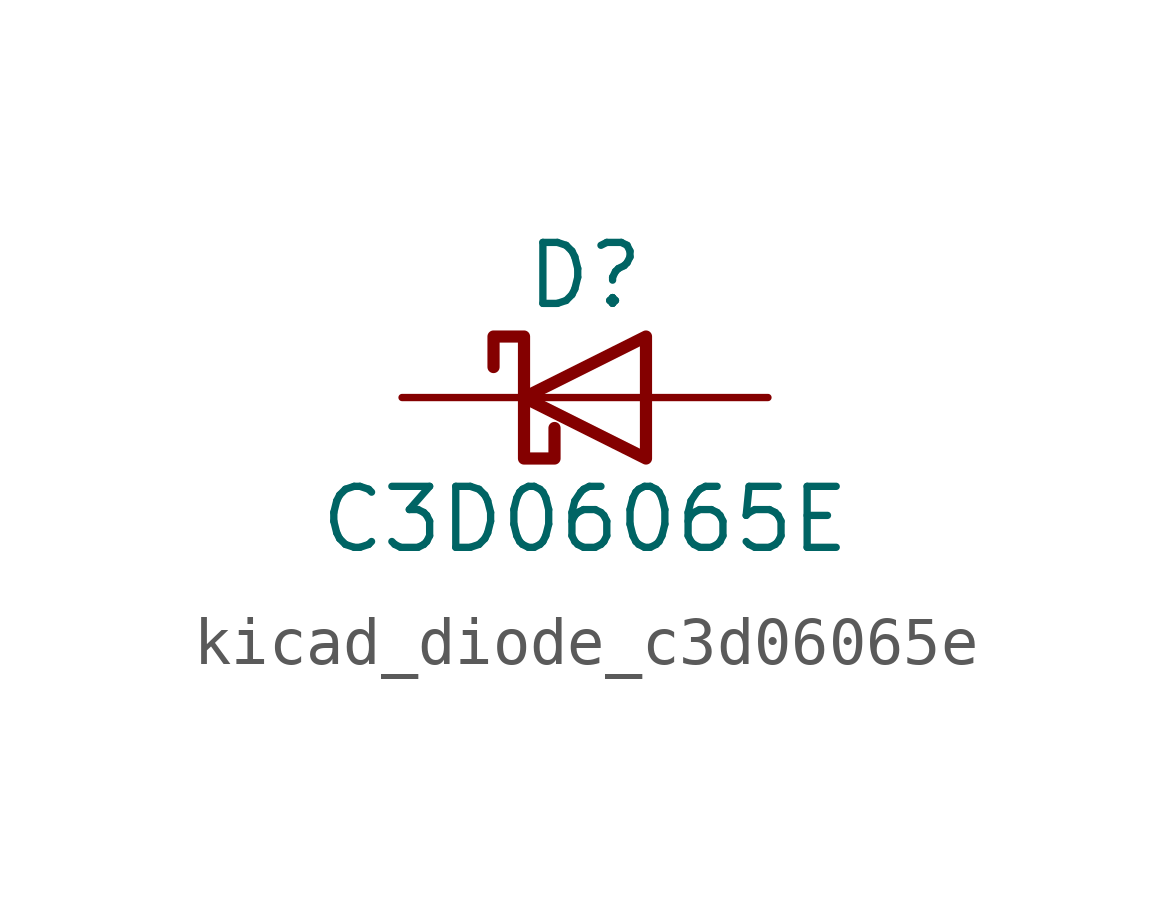
<source format=kicad_sym>
(kicad_symbol_lib
  (version 20220914)
  (generator kicad_symbol_editor)
  (symbol "kicad_diode_c3d06065e"
    (pin_numbers hide)
    (pin_names
      (offset 1.016) hide)
    (property "Reference" "D"
      (at 0 2.54 0)
      (effects (font (size 1.27 1.27))))
    (property "Value" "C3D06065E"
      (at 0 -2.54 0)
      (effects (font (size 1.27 1.27))))
    (symbol "kicad_diode_c3d06065e_0_1"
      (polyline (pts (xy 1.27 0) (xy -1.27 0)) (stroke (width 0) (type default)) (fill (type none)))
      (polyline (pts (xy 1.27 1.27) (xy 1.27 -1.27) (xy -1.27 0) (xy 1.27 1.27)) (stroke (width 0.254) (type default)) (fill (type none)))
      (polyline (pts (xy -1.905 0.635) (xy -1.905 1.27) (xy -1.27 1.27) (xy -1.27 -1.27) (xy -0.635 -1.27) (xy -0.635 -0.635)) (stroke (width 0.254) (type default)) (fill (type none))))
    (symbol "kicad_diode_c3d06065e_1_1"
      (pin passive line (at -3.81 0 0) (length 2.54) (name "K" (effects (font (size 1.27 1.27)))) (number "1" (effects (font (size 1.27 1.27)))))
      (pin passive line (at 3.81 0 180) (length 2.54) (name "A" (effects (font (size 1.27 1.27)))) (number "2" (effects (font (size 1.27 1.27))))))))
</source>
